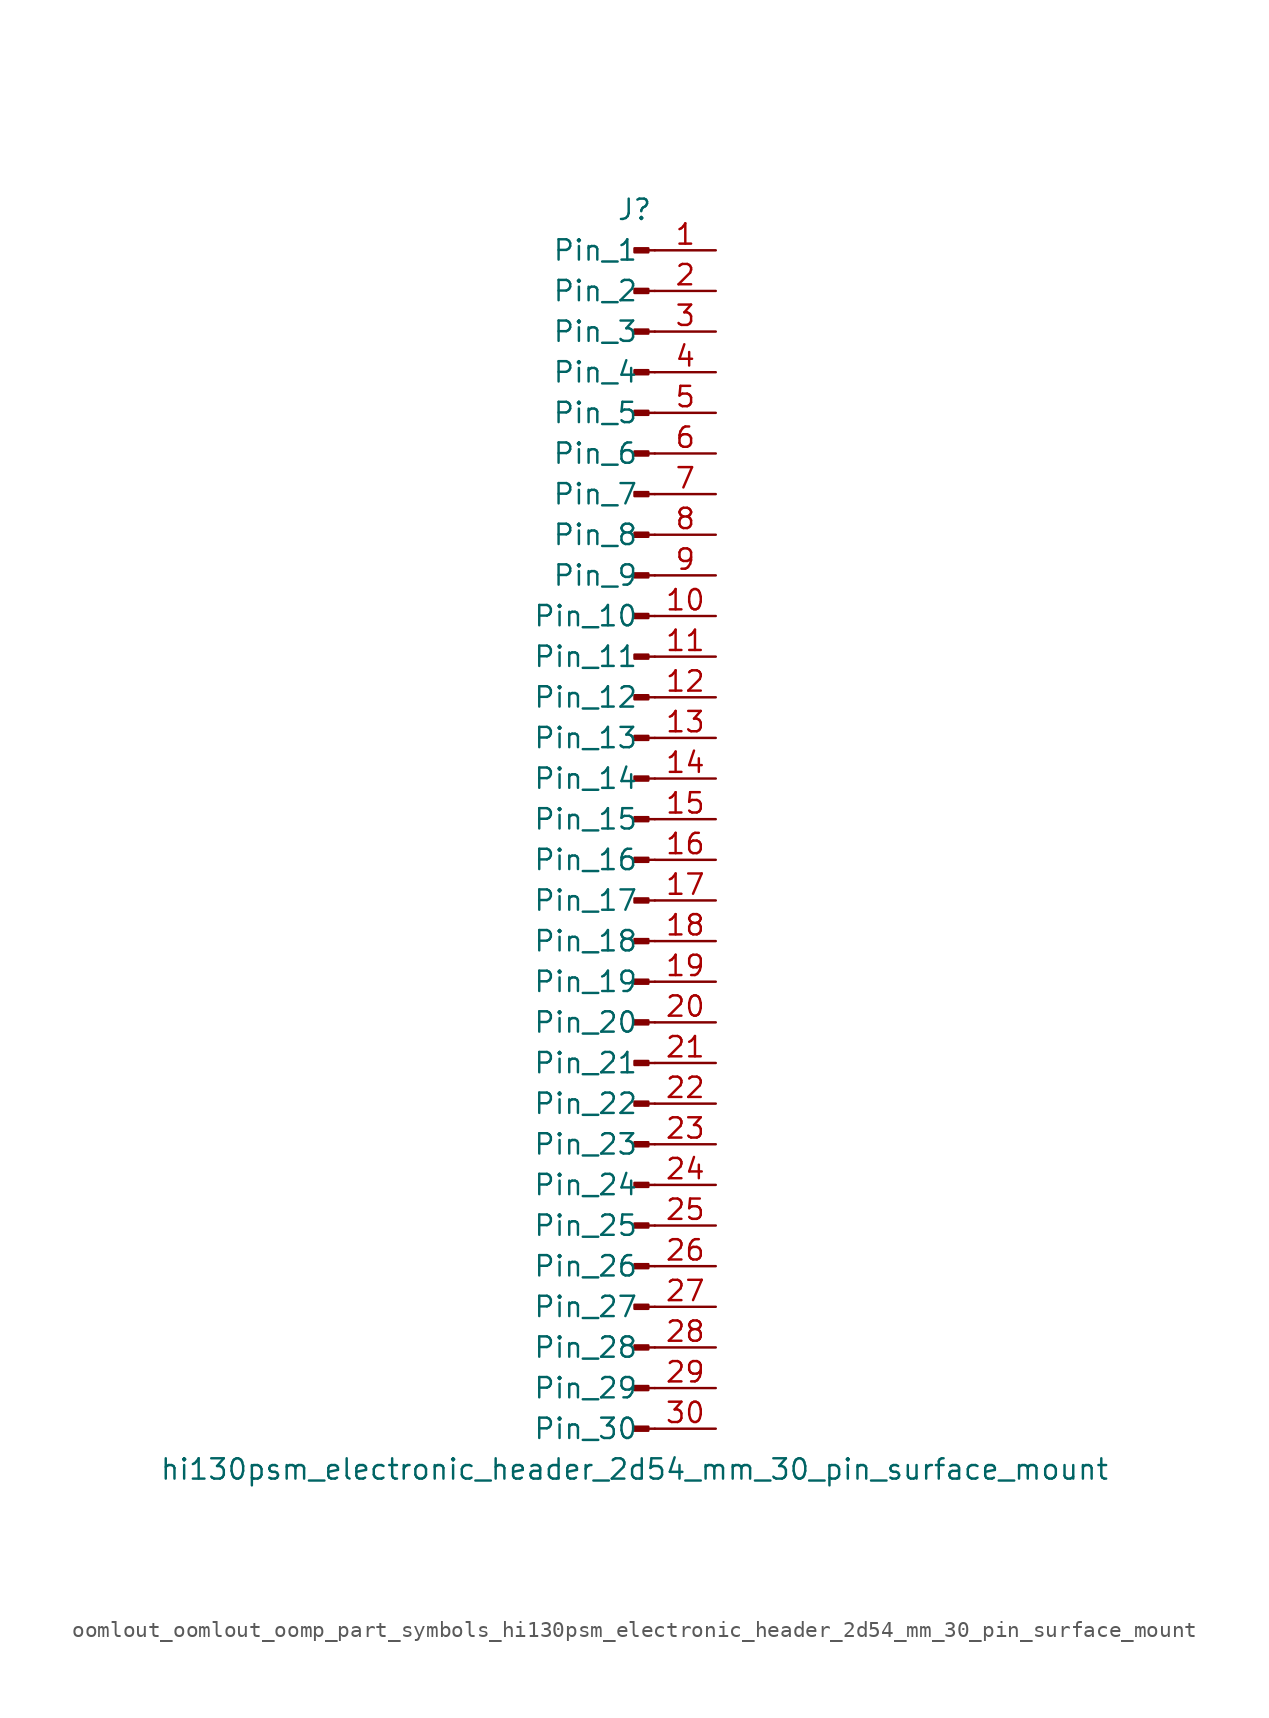
<source format=kicad_sym>
(kicad_symbol_lib
  (version 20220914)
  (generator kicad_symbol_editor)
  (symbol "oomlout_oomlout_oomp_part_symbols_hi130psm_electronic_header_2d54_mm_30_pin_surface_mount"
    (pin_names
      (offset 1.016))
    (property "Reference" "J"
      (at 0 38.1 0)
      (effects (font (size 1.27 1.27))))
    (property "Value" "hi130psm_electronic_header_2d54_mm_30_pin_surface_mount"
      (at 0 -40.64 0)
      (effects (font (size 1.27 1.27))))
    (property "ki_locked" ""
      (at 0 0 0)
      (effects (font (size 1.27 1.27))))
    (symbol "oomlout_oomlout_oomp_part_symbols_hi130psm_electronic_header_2d54_mm_30_pin_surface_mount_1_1"
      (polyline (pts (xy 1.27 -38.1) (xy 0.864 -38.1)) (stroke (width 0.152) (type default)) (fill (type none)))
      (polyline (pts (xy 1.27 -35.56) (xy 0.864 -35.56)) (stroke (width 0.152) (type default)) (fill (type none)))
      (polyline (pts (xy 1.27 -33.02) (xy 0.864 -33.02)) (stroke (width 0.152) (type default)) (fill (type none)))
      (polyline (pts (xy 1.27 -30.48) (xy 0.864 -30.48)) (stroke (width 0.152) (type default)) (fill (type none)))
      (polyline (pts (xy 1.27 -27.94) (xy 0.864 -27.94)) (stroke (width 0.152) (type default)) (fill (type none)))
      (polyline (pts (xy 1.27 -25.4) (xy 0.864 -25.4)) (stroke (width 0.152) (type default)) (fill (type none)))
      (polyline (pts (xy 1.27 -22.86) (xy 0.864 -22.86)) (stroke (width 0.152) (type default)) (fill (type none)))
      (polyline (pts (xy 1.27 -20.32) (xy 0.864 -20.32)) (stroke (width 0.152) (type default)) (fill (type none)))
      (polyline (pts (xy 1.27 -17.78) (xy 0.864 -17.78)) (stroke (width 0.152) (type default)) (fill (type none)))
      (polyline (pts (xy 1.27 -15.24) (xy 0.864 -15.24)) (stroke (width 0.152) (type default)) (fill (type none)))
      (polyline (pts (xy 1.27 -12.7) (xy 0.864 -12.7)) (stroke (width 0.152) (type default)) (fill (type none)))
      (polyline (pts (xy 1.27 -10.16) (xy 0.864 -10.16)) (stroke (width 0.152) (type default)) (fill (type none)))
      (polyline (pts (xy 1.27 -7.62) (xy 0.864 -7.62)) (stroke (width 0.152) (type default)) (fill (type none)))
      (polyline (pts (xy 1.27 -5.08) (xy 0.864 -5.08)) (stroke (width 0.152) (type default)) (fill (type none)))
      (polyline (pts (xy 1.27 -2.54) (xy 0.864 -2.54)) (stroke (width 0.152) (type default)) (fill (type none)))
      (polyline (pts (xy 1.27 0) (xy 0.864 0)) (stroke (width 0.152) (type default)) (fill (type none)))
      (polyline (pts (xy 1.27 2.54) (xy 0.864 2.54)) (stroke (width 0.152) (type default)) (fill (type none)))
      (polyline (pts (xy 1.27 5.08) (xy 0.864 5.08)) (stroke (width 0.152) (type default)) (fill (type none)))
      (polyline (pts (xy 1.27 7.62) (xy 0.864 7.62)) (stroke (width 0.152) (type default)) (fill (type none)))
      (polyline (pts (xy 1.27 10.16) (xy 0.864 10.16)) (stroke (width 0.152) (type default)) (fill (type none)))
      (polyline (pts (xy 1.27 12.7) (xy 0.864 12.7)) (stroke (width 0.152) (type default)) (fill (type none)))
      (polyline (pts (xy 1.27 15.24) (xy 0.864 15.24)) (stroke (width 0.152) (type default)) (fill (type none)))
      (polyline (pts (xy 1.27 17.78) (xy 0.864 17.78)) (stroke (width 0.152) (type default)) (fill (type none)))
      (polyline (pts (xy 1.27 20.32) (xy 0.864 20.32)) (stroke (width 0.152) (type default)) (fill (type none)))
      (polyline (pts (xy 1.27 22.86) (xy 0.864 22.86)) (stroke (width 0.152) (type default)) (fill (type none)))
      (polyline (pts (xy 1.27 25.4) (xy 0.864 25.4)) (stroke (width 0.152) (type default)) (fill (type none)))
      (polyline (pts (xy 1.27 27.94) (xy 0.864 27.94)) (stroke (width 0.152) (type default)) (fill (type none)))
      (polyline (pts (xy 1.27 30.48) (xy 0.864 30.48)) (stroke (width 0.152) (type default)) (fill (type none)))
      (polyline (pts (xy 1.27 33.02) (xy 0.864 33.02)) (stroke (width 0.152) (type default)) (fill (type none)))
      (polyline (pts (xy 1.27 35.56) (xy 0.864 35.56)) (stroke (width 0.152) (type default)) (fill (type none)))
      (rectangle (start 0.864 -37.973) (end 0 -38.227) (stroke (width 0.152) (type default)) (fill (type outline)))
      (rectangle (start 0.864 -35.433) (end 0 -35.687) (stroke (width 0.152) (type default)) (fill (type outline)))
      (rectangle (start 0.864 -32.893) (end 0 -33.147) (stroke (width 0.152) (type default)) (fill (type outline)))
      (rectangle (start 0.864 -30.353) (end 0 -30.607) (stroke (width 0.152) (type default)) (fill (type outline)))
      (rectangle (start 0.864 -27.813) (end 0 -28.067) (stroke (width 0.152) (type default)) (fill (type outline)))
      (rectangle (start 0.864 -25.273) (end 0 -25.527) (stroke (width 0.152) (type default)) (fill (type outline)))
      (rectangle (start 0.864 -22.733) (end 0 -22.987) (stroke (width 0.152) (type default)) (fill (type outline)))
      (rectangle (start 0.864 -20.193) (end 0 -20.447) (stroke (width 0.152) (type default)) (fill (type outline)))
      (rectangle (start 0.864 -17.653) (end 0 -17.907) (stroke (width 0.152) (type default)) (fill (type outline)))
      (rectangle (start 0.864 -15.113) (end 0 -15.367) (stroke (width 0.152) (type default)) (fill (type outline)))
      (rectangle (start 0.864 -12.573) (end 0 -12.827) (stroke (width 0.152) (type default)) (fill (type outline)))
      (rectangle (start 0.864 -10.033) (end 0 -10.287) (stroke (width 0.152) (type default)) (fill (type outline)))
      (rectangle (start 0.864 -7.493) (end 0 -7.747) (stroke (width 0.152) (type default)) (fill (type outline)))
      (rectangle (start 0.864 -4.953) (end 0 -5.207) (stroke (width 0.152) (type default)) (fill (type outline)))
      (rectangle (start 0.864 -2.413) (end 0 -2.667) (stroke (width 0.152) (type default)) (fill (type outline)))
      (rectangle (start 0.864 0.127) (end 0 -0.127) (stroke (width 0.152) (type default)) (fill (type outline)))
      (rectangle (start 0.864 2.667) (end 0 2.413) (stroke (width 0.152) (type default)) (fill (type outline)))
      (rectangle (start 0.864 5.207) (end 0 4.953) (stroke (width 0.152) (type default)) (fill (type outline)))
      (rectangle (start 0.864 7.747) (end 0 7.493) (stroke (width 0.152) (type default)) (fill (type outline)))
      (rectangle (start 0.864 10.287) (end 0 10.033) (stroke (width 0.152) (type default)) (fill (type outline)))
      (rectangle (start 0.864 12.827) (end 0 12.573) (stroke (width 0.152) (type default)) (fill (type outline)))
      (rectangle (start 0.864 15.367) (end 0 15.113) (stroke (width 0.152) (type default)) (fill (type outline)))
      (rectangle (start 0.864 17.907) (end 0 17.653) (stroke (width 0.152) (type default)) (fill (type outline)))
      (rectangle (start 0.864 20.447) (end 0 20.193) (stroke (width 0.152) (type default)) (fill (type outline)))
      (rectangle (start 0.864 22.987) (end 0 22.733) (stroke (width 0.152) (type default)) (fill (type outline)))
      (rectangle (start 0.864 25.527) (end 0 25.273) (stroke (width 0.152) (type default)) (fill (type outline)))
      (rectangle (start 0.864 28.067) (end 0 27.813) (stroke (width 0.152) (type default)) (fill (type outline)))
      (rectangle (start 0.864 30.607) (end 0 30.353) (stroke (width 0.152) (type default)) (fill (type outline)))
      (rectangle (start 0.864 33.147) (end 0 32.893) (stroke (width 0.152) (type default)) (fill (type outline)))
      (rectangle (start 0.864 35.687) (end 0 35.433) (stroke (width 0.152) (type default)) (fill (type outline)))
      (pin passive line (at 5.08 35.56 180) (length 3.81) (name "Pin_1" (effects (font (size 1.27 1.27)))) (number "1" (effects (font (size 1.27 1.27)))))
      (pin passive line (at 5.08 12.7 180) (length 3.81) (name "Pin_10" (effects (font (size 1.27 1.27)))) (number "10" (effects (font (size 1.27 1.27)))))
      (pin passive line (at 5.08 10.16 180) (length 3.81) (name "Pin_11" (effects (font (size 1.27 1.27)))) (number "11" (effects (font (size 1.27 1.27)))))
      (pin passive line (at 5.08 7.62 180) (length 3.81) (name "Pin_12" (effects (font (size 1.27 1.27)))) (number "12" (effects (font (size 1.27 1.27)))))
      (pin passive line (at 5.08 5.08 180) (length 3.81) (name "Pin_13" (effects (font (size 1.27 1.27)))) (number "13" (effects (font (size 1.27 1.27)))))
      (pin passive line (at 5.08 2.54 180) (length 3.81) (name "Pin_14" (effects (font (size 1.27 1.27)))) (number "14" (effects (font (size 1.27 1.27)))))
      (pin passive line (at 5.08 0 180) (length 3.81) (name "Pin_15" (effects (font (size 1.27 1.27)))) (number "15" (effects (font (size 1.27 1.27)))))
      (pin passive line (at 5.08 -2.54 180) (length 3.81) (name "Pin_16" (effects (font (size 1.27 1.27)))) (number "16" (effects (font (size 1.27 1.27)))))
      (pin passive line (at 5.08 -5.08 180) (length 3.81) (name "Pin_17" (effects (font (size 1.27 1.27)))) (number "17" (effects (font (size 1.27 1.27)))))
      (pin passive line (at 5.08 -7.62 180) (length 3.81) (name "Pin_18" (effects (font (size 1.27 1.27)))) (number "18" (effects (font (size 1.27 1.27)))))
      (pin passive line (at 5.08 -10.16 180) (length 3.81) (name "Pin_19" (effects (font (size 1.27 1.27)))) (number "19" (effects (font (size 1.27 1.27)))))
      (pin passive line (at 5.08 33.02 180) (length 3.81) (name "Pin_2" (effects (font (size 1.27 1.27)))) (number "2" (effects (font (size 1.27 1.27)))))
      (pin passive line (at 5.08 -12.7 180) (length 3.81) (name "Pin_20" (effects (font (size 1.27 1.27)))) (number "20" (effects (font (size 1.27 1.27)))))
      (pin passive line (at 5.08 -15.24 180) (length 3.81) (name "Pin_21" (effects (font (size 1.27 1.27)))) (number "21" (effects (font (size 1.27 1.27)))))
      (pin passive line (at 5.08 -17.78 180) (length 3.81) (name "Pin_22" (effects (font (size 1.27 1.27)))) (number "22" (effects (font (size 1.27 1.27)))))
      (pin passive line (at 5.08 -20.32 180) (length 3.81) (name "Pin_23" (effects (font (size 1.27 1.27)))) (number "23" (effects (font (size 1.27 1.27)))))
      (pin passive line (at 5.08 -22.86 180) (length 3.81) (name "Pin_24" (effects (font (size 1.27 1.27)))) (number "24" (effects (font (size 1.27 1.27)))))
      (pin passive line (at 5.08 -25.4 180) (length 3.81) (name "Pin_25" (effects (font (size 1.27 1.27)))) (number "25" (effects (font (size 1.27 1.27)))))
      (pin passive line (at 5.08 -27.94 180) (length 3.81) (name "Pin_26" (effects (font (size 1.27 1.27)))) (number "26" (effects (font (size 1.27 1.27)))))
      (pin passive line (at 5.08 -30.48 180) (length 3.81) (name "Pin_27" (effects (font (size 1.27 1.27)))) (number "27" (effects (font (size 1.27 1.27)))))
      (pin passive line (at 5.08 -33.02 180) (length 3.81) (name "Pin_28" (effects (font (size 1.27 1.27)))) (number "28" (effects (font (size 1.27 1.27)))))
      (pin passive line (at 5.08 -35.56 180) (length 3.81) (name "Pin_29" (effects (font (size 1.27 1.27)))) (number "29" (effects (font (size 1.27 1.27)))))
      (pin passive line (at 5.08 30.48 180) (length 3.81) (name "Pin_3" (effects (font (size 1.27 1.27)))) (number "3" (effects (font (size 1.27 1.27)))))
      (pin passive line (at 5.08 -38.1 180) (length 3.81) (name "Pin_30" (effects (font (size 1.27 1.27)))) (number "30" (effects (font (size 1.27 1.27)))))
      (pin passive line (at 5.08 27.94 180) (length 3.81) (name "Pin_4" (effects (font (size 1.27 1.27)))) (number "4" (effects (font (size 1.27 1.27)))))
      (pin passive line (at 5.08 25.4 180) (length 3.81) (name "Pin_5" (effects (font (size 1.27 1.27)))) (number "5" (effects (font (size 1.27 1.27)))))
      (pin passive line (at 5.08 22.86 180) (length 3.81) (name "Pin_6" (effects (font (size 1.27 1.27)))) (number "6" (effects (font (size 1.27 1.27)))))
      (pin passive line (at 5.08 20.32 180) (length 3.81) (name "Pin_7" (effects (font (size 1.27 1.27)))) (number "7" (effects (font (size 1.27 1.27)))))
      (pin passive line (at 5.08 17.78 180) (length 3.81) (name "Pin_8" (effects (font (size 1.27 1.27)))) (number "8" (effects (font (size 1.27 1.27)))))
      (pin passive line (at 5.08 15.24 180) (length 3.81) (name "Pin_9" (effects (font (size 1.27 1.27)))) (number "9" (effects (font (size 1.27 1.27))))))))
</source>
